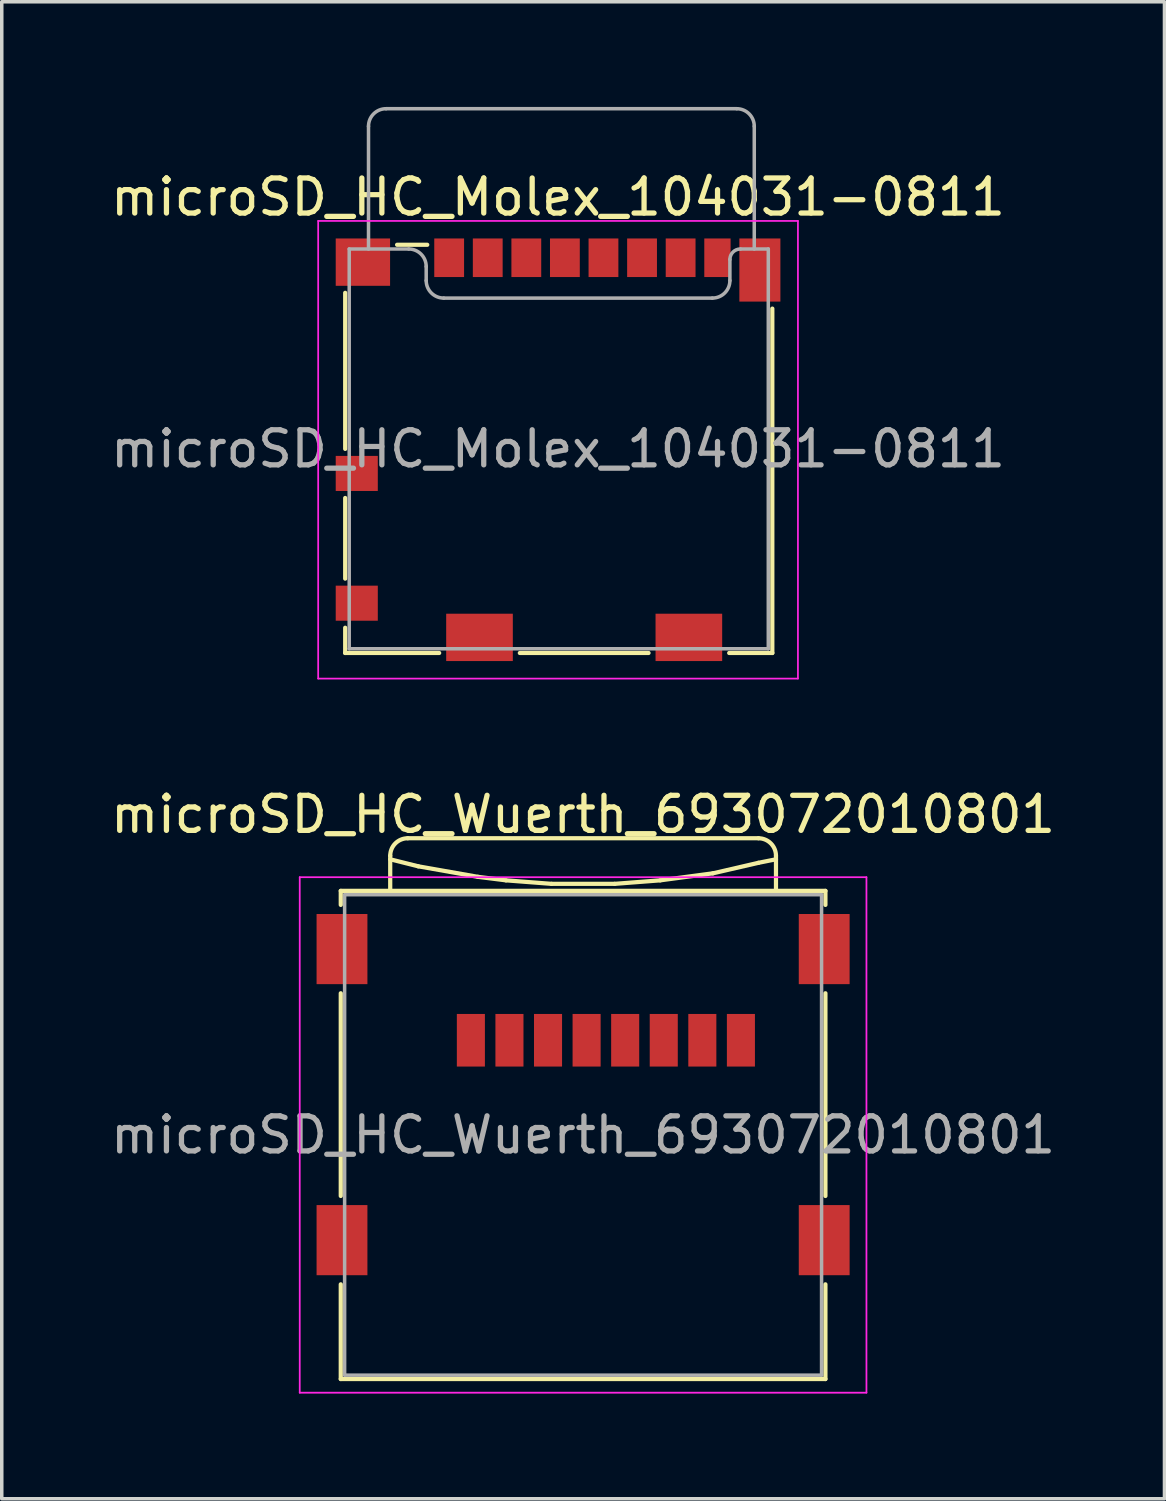
<source format=kicad_pcb>
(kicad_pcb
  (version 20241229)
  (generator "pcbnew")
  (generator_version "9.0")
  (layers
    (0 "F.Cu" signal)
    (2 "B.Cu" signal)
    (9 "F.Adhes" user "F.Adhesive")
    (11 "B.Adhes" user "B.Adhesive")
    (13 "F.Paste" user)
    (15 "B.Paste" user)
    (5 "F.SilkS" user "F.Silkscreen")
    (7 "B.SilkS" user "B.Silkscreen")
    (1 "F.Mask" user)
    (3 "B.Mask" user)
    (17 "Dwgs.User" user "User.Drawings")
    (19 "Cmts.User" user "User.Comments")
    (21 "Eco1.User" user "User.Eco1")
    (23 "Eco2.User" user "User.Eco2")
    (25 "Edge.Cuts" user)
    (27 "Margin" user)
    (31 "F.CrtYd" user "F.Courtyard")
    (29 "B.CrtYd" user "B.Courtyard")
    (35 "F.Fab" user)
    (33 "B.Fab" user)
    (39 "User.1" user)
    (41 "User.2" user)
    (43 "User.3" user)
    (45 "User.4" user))
  (footprint "microSD_HC_Molex_104031-0811"
    (layer "F.Cu")
    (at 12.863 9.75)
    (property "Reference" "microSD_HC_Molex_104031-0811" (at 0 -7.18 0) (layer "F.SilkS") (effects (font (size 1 1) (thickness 0.15))))
    (attr smd)
    (fp_line (start -6.07 -4.45) (end -6.07 0) (stroke (width 0.12) (type solid)) (layer "F.SilkS"))
    (fp_line (start -6.07 1.4) (end -6.07 3.7) (stroke (width 0.12) (type solid)) (layer "F.SilkS"))
    (fp_line (start -6.07 5.1) (end -6.07 5.82) (stroke (width 0.12) (type solid)) (layer "F.SilkS"))
    (fp_line (start -6.07 5.82) (end -3.39 5.82) (stroke (width 0.12) (type solid)) (layer "F.SilkS"))
    (fp_line (start -4.59 -5.82) (end -3.73 -5.82) (stroke (width 0.12) (type solid)) (layer "F.SilkS"))
    (fp_line (start -1.09 5.82) (end 2.58 5.82) (stroke (width 0.12) (type solid)) (layer "F.SilkS"))
    (fp_line (start 4.88 5.82) (end 6.11 5.82) (stroke (width 0.12) (type solid)) (layer "F.SilkS"))
    (fp_line (start 6.11 5.82) (end 6.11 -4) (stroke (width 0.12) (type solid)) (layer "F.SilkS"))
    (fp_line (start -6.84 -6.5) (end 6.84 -6.5) (stroke (width 0.05) (type solid)) (layer "F.CrtYd"))
    (fp_line (start -6.84 6.55) (end -6.84 -6.5) (stroke (width 0.05) (type solid)) (layer "F.CrtYd"))
    (fp_line (start 6.84 -6.5) (end 6.84 6.55) (stroke (width 0.05) (type solid)) (layer "F.CrtYd"))
    (fp_line (start 6.84 6.55) (end -6.84 6.55) (stroke (width 0.05) (type solid)) (layer "F.CrtYd"))
    (fp_line (start -5.955 -5.7) (end -5.955 5.7) (stroke (width 0.1) (type solid)) (layer "F.Fab"))
    (fp_line (start -5.955 -5.7) (end -4.26 -5.7) (stroke (width 0.1) (type solid)) (layer "F.Fab"))
    (fp_line (start -5.405 -9.2) (end -5.405 -5.7) (stroke (width 0.1) (type solid)) (layer "F.Fab"))
    (fp_line (start -4.905 -9.7) (end 5.095 -9.7) (stroke (width 0.1) (type solid)) (layer "F.Fab"))
    (fp_line (start -3.76 -4.8) (end -3.76 -5.2) (stroke (width 0.1) (type solid)) (layer "F.Fab"))
    (fp_line (start 4.4 -4.3) (end -3.26 -4.3) (stroke (width 0.1) (type solid)) (layer "F.Fab"))
    (fp_line (start 4.9 -5.4) (end 4.9 -4.8) (stroke (width 0.1) (type solid)) (layer "F.Fab"))
    (fp_line (start 5.595 -5.7) (end 5.595 -9.2) (stroke (width 0.1) (type solid)) (layer "F.Fab"))
    (fp_line (start 5.995 -5.7) (end 5.21 -5.7) (stroke (width 0.1) (type solid)) (layer "F.Fab"))
    (fp_line (start 5.995 5.7) (end -5.955 5.7) (stroke (width 0.1) (type solid)) (layer "F.Fab"))
    (fp_line (start 5.995 5.7) (end 5.995 -5.7) (stroke (width 0.1) (type solid)) (layer "F.Fab"))
    (fp_arc (start -5.405 -9.2) (mid -5.258553 -9.553553) (end -4.905 -9.7) (stroke (width 0.1) (type solid)) (layer "F.Fab"))
    (fp_arc (start -4.26 -5.7) (mid -3.906447 -5.553553) (end -3.76 -5.2) (stroke (width 0.1) (type solid)) (layer "F.Fab"))
    (fp_arc (start -3.26 -4.3) (mid -3.613553 -4.446447) (end -3.76 -4.8) (stroke (width 0.1) (type solid)) (layer "F.Fab"))
    (fp_arc (start 4.9 -5.4) (mid 4.987868 -5.612132) (end 5.2 -5.7) (stroke (width 0.1) (type solid)) (layer "F.Fab"))
    (fp_arc (start 4.9 -4.8) (mid 4.753553 -4.446447) (end 4.4 -4.3) (stroke (width 0.1) (type solid)) (layer "F.Fab"))
    (fp_arc (start 5.095 -9.7) (mid 5.448553 -9.553553) (end 5.595 -9.2) (stroke (width 0.1) (type solid)) (layer "F.Fab"))
    (fp_text user "${REFERENCE}" (at 0 0 0) (layer "F.Fab") (effects (font (size 1 1) (thickness 0.15))))
    (pad "1" smd rect (at -3.105 -5.45) (size 0.85 1.1) (layers "F.Cu" "F.Mask" "F.Paste"))
    (pad "2" smd rect (at -2.005 -5.45) (size 0.85 1.1) (layers "F.Cu" "F.Mask" "F.Paste"))
    (pad "3" smd rect (at -0.905 -5.45) (size 0.85 1.1) (layers "F.Cu" "F.Mask" "F.Paste"))
    (pad "4" smd rect (at 0.195 -5.45) (size 0.85 1.1) (layers "F.Cu" "F.Mask" "F.Paste"))
    (pad "5" smd rect (at 1.295 -5.45) (size 0.85 1.1) (layers "F.Cu" "F.Mask" "F.Paste"))
    (pad "6" smd rect (at 2.395 -5.45) (size 0.85 1.1) (layers "F.Cu" "F.Mask" "F.Paste"))
    (pad "7" smd rect (at 3.495 -5.45) (size 0.85 1.1) (layers "F.Cu" "F.Mask" "F.Paste"))
    (pad "8" smd rect (at 4.545 -5.45) (size 0.75 1.1) (layers "F.Cu" "F.Mask" "F.Paste"))
    (pad "9" smd rect (at -5.74 0.7) (size 1.2 1) (layers "F.Cu" "F.Mask" "F.Paste"))
    (pad "10" smd rect (at -5.74 4.4) (size 1.2 1) (layers "F.Cu" "F.Mask" "F.Paste"))
    (pad "SH" smd rect (at -5.565 -5.325) (size 1.55 1.35) (layers "F.Cu" "F.Mask" "F.Paste"))
    (pad "SH" smd rect (at -2.24 5.375) (size 1.9 1.35) (layers "F.Cu" "F.Mask" "F.Paste"))
    (pad "SH" smd rect (at 3.73 5.375) (size 1.9 1.35) (layers "F.Cu" "F.Mask" "F.Paste"))
    (pad "SH" smd rect (at 5.755 -5.1) (size 1.17 1.8) (layers "F.Cu" "F.Mask" "F.Paste")))
  (footprint "microSD_HC_Wuerth_693072010801"
    (layer "F.Cu")
    (at 13.577 28.163)
    (property "Reference" "microSD_HC_Wuerth_693072010801" (at 0 -7.99 0) (layer "F.SilkS") (effects (font (size 1 1) (thickness 0.15))))
    (attr smd)
    (fp_line (start -6.91 -5.81) (end -6.91 -5.41) (stroke (width 0.12) (type solid)) (layer "F.SilkS"))
    (fp_line (start -6.91 -5.81) (end 6.91 -5.81) (stroke (width 0.12) (type solid)) (layer "F.SilkS"))
    (fp_line (start -6.91 -2.89) (end -6.91 2.89) (stroke (width 0.12) (type solid)) (layer "F.SilkS"))
    (fp_line (start -6.91 5.41) (end -6.91 8.11) (stroke (width 0.12) (type solid)) (layer "F.SilkS"))
    (fp_line (start -5.5 -6.71) (end -4.7 -6.51) (stroke (width 0.12) (type solid)) (layer "F.SilkS"))
    (fp_line (start -5.5 -5.81) (end -5.5 -6.81) (stroke (width 0.12) (type solid)) (layer "F.SilkS"))
    (fp_line (start -5 -7.31) (end 5 -7.31) (stroke (width 0.12) (type solid)) (layer "F.SilkS"))
    (fp_line (start -4.7 -6.51) (end -3 -6.21) (stroke (width 0.12) (type solid)) (layer "F.SilkS"))
    (fp_line (start -3 -6.21) (end -2.2 -6.11) (stroke (width 0.12) (type solid)) (layer "F.SilkS"))
    (fp_line (start -2.2 -6.11) (end -0.9 -6.01) (stroke (width 0.12) (type solid)) (layer "F.SilkS"))
    (fp_line (start -0.9 -6.01) (end 0.9 -6.01) (stroke (width 0.12) (type solid)) (layer "F.SilkS"))
    (fp_line (start 0.9 -6.01) (end 2.2 -6.11) (stroke (width 0.12) (type solid)) (layer "F.SilkS"))
    (fp_line (start 2.2 -6.11) (end 3.7 -6.31) (stroke (width 0.12) (type solid)) (layer "F.SilkS"))
    (fp_line (start 3.7 -6.31) (end 5 -6.61) (stroke (width 0.12) (type solid)) (layer "F.SilkS"))
    (fp_line (start 5 -6.61) (end 5.5 -6.71) (stroke (width 0.12) (type solid)) (layer "F.SilkS"))
    (fp_line (start 5.5 -5.81) (end 5.5 -6.81) (stroke (width 0.12) (type solid)) (layer "F.SilkS"))
    (fp_line (start 6.91 -5.81) (end 6.91 -5.41) (stroke (width 0.12) (type solid)) (layer "F.SilkS"))
    (fp_line (start 6.91 -2.89) (end 6.91 2.89) (stroke (width 0.12) (type solid)) (layer "F.SilkS"))
    (fp_line (start 6.91 5.41) (end 6.91 8.11) (stroke (width 0.12) (type solid)) (layer "F.SilkS"))
    (fp_line (start 6.91 8.11) (end -6.91 8.11) (stroke (width 0.12) (type solid)) (layer "F.SilkS"))
    (fp_arc (start -5.5 -6.81) (mid -5.353553 -7.163553) (end -5 -7.31) (stroke (width 0.12) (type solid)) (layer "F.SilkS"))
    (fp_arc (start 5 -7.31) (mid 5.353553 -7.163553) (end 5.5 -6.81) (stroke (width 0.12) (type solid)) (layer "F.SilkS"))
    (fp_line (start -8.08 -6.2) (end -8.08 8.5) (stroke (width 0.05) (type solid)) (layer "F.CrtYd"))
    (fp_line (start 8.08 -6.2) (end -8.08 -6.2) (stroke (width 0.05) (type solid)) (layer "F.CrtYd"))
    (fp_line (start 8.08 -6.2) (end 8.08 8.5) (stroke (width 0.05) (type solid)) (layer "F.CrtYd"))
    (fp_line (start 8.08 8.5) (end -8.08 8.5) (stroke (width 0.05) (type solid)) (layer "F.CrtYd"))
    (fp_line (start -6.8 -5.7) (end -6.8 8) (stroke (width 0.1) (type solid)) (layer "F.Fab"))
    (fp_line (start -6.8 8) (end 6.8 8) (stroke (width 0.1) (type solid)) (layer "F.Fab"))
    (fp_line (start 6.8 -5.7) (end -6.8 -5.7) (stroke (width 0.1) (type solid)) (layer "F.Fab"))
    (fp_line (start 6.8 8) (end 6.8 -5.7) (stroke (width 0.1) (type solid)) (layer "F.Fab"))
    (fp_text user "${REFERENCE}" (at 0 1.15 0) (layer "F.Fab") (effects (font (size 1 1) (thickness 0.15))))
    (pad "1" smd rect (at -3.2 -1.55) (size 0.8 1.5) (layers "F.Cu" "F.Mask" "F.Paste"))
    (pad "2" smd rect (at -2.1 -1.55) (size 0.8 1.5) (layers "F.Cu" "F.Mask" "F.Paste"))
    (pad "3" smd rect (at -1 -1.55) (size 0.8 1.5) (layers "F.Cu" "F.Mask" "F.Paste"))
    (pad "4" smd rect (at 0.1 -1.55) (size 0.8 1.5) (layers "F.Cu" "F.Mask" "F.Paste"))
    (pad "5" smd rect (at 1.2 -1.55) (size 0.8 1.5) (layers "F.Cu" "F.Mask" "F.Paste"))
    (pad "6" smd rect (at 2.3 -1.55) (size 0.8 1.5) (layers "F.Cu" "F.Mask" "F.Paste"))
    (pad "7" smd rect (at 3.4 -1.55) (size 0.8 1.5) (layers "F.Cu" "F.Mask" "F.Paste"))
    (pad "8" smd rect (at 4.5 -1.55) (size 0.8 1.5) (layers "F.Cu" "F.Mask" "F.Paste"))
    (pad "SH" smd rect (at -6.875 -4.15) (size 1.45 2) (layers "F.Cu" "F.Mask" "F.Paste"))
    (pad "SH" smd rect (at -6.875 4.15) (size 1.45 2) (layers "F.Cu" "F.Mask" "F.Paste"))
    (pad "SH" smd rect (at 6.875 -4.15) (size 1.45 2) (layers "F.Cu" "F.Mask" "F.Paste"))
    (pad "SH" smd rect (at 6.875 4.15) (size 1.45 2) (layers "F.Cu" "F.Mask" "F.Paste")))
  (gr_rect
    (start -3 -3)
    (end 30.155 39.688)
    (stroke (width 0.1) (type default))
    (fill no)
    (layer "Edge.Cuts")))
</source>
